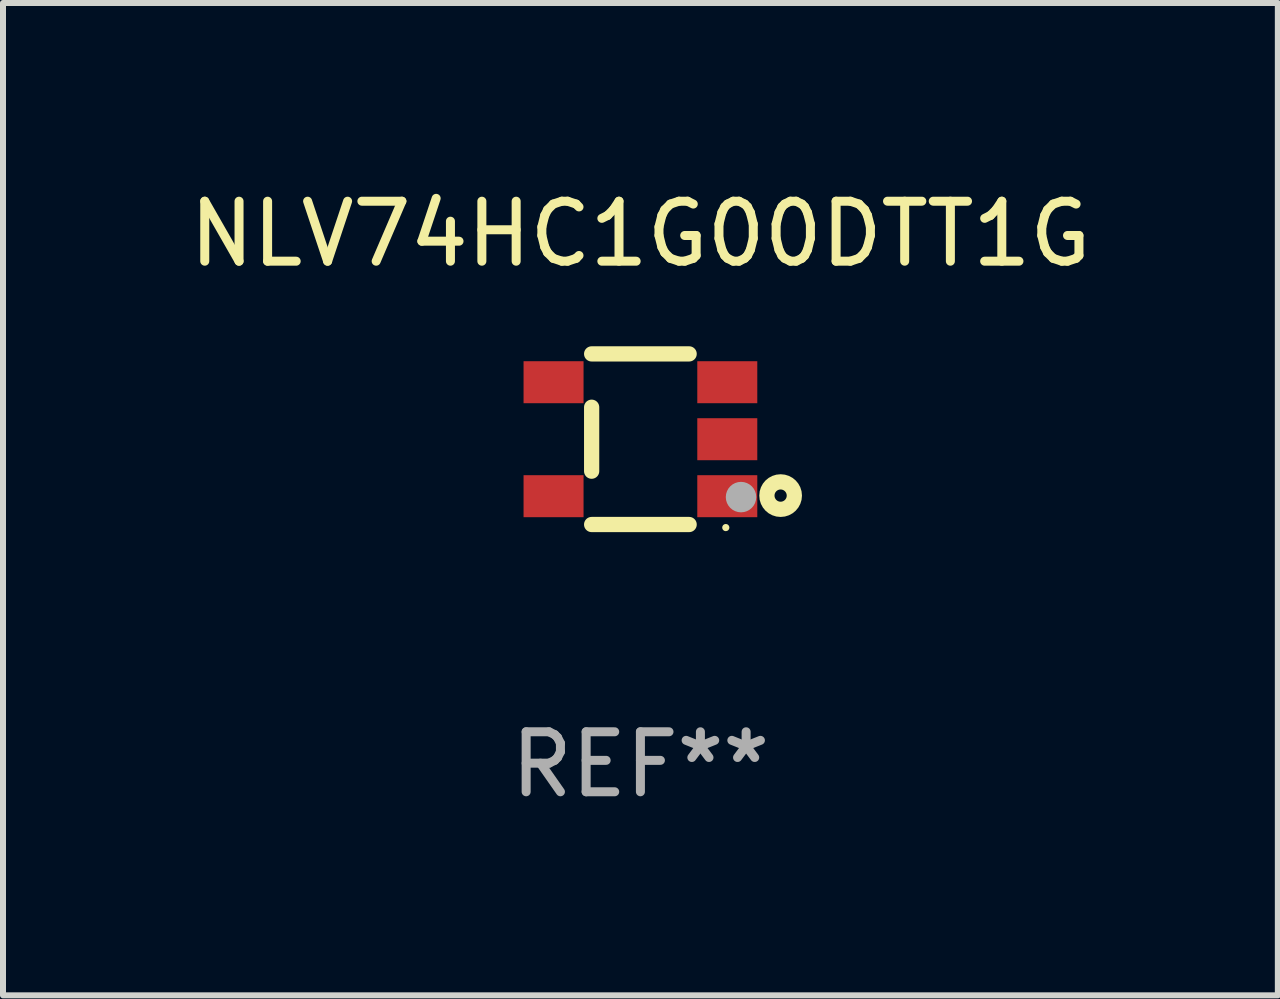
<source format=kicad_pcb>
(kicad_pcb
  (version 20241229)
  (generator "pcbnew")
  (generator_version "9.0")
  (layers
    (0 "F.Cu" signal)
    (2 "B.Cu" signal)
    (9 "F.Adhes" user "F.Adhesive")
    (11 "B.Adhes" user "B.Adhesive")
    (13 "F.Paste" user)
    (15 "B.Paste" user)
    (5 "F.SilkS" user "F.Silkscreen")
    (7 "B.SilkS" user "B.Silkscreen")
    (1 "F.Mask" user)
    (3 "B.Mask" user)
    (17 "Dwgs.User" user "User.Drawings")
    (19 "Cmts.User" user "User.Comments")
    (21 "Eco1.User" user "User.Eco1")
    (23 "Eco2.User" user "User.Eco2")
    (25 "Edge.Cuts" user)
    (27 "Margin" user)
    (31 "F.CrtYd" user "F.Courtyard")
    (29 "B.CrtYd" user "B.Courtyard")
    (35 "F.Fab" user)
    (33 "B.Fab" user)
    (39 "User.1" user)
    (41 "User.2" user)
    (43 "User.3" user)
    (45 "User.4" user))
  (footprint "NLV74HC1G00DTT1G"
    (layer "F.Cu")
    (at 7.625 4.271)
    (property "Reference" "NLV74HC1G00DTT1G" (at 0 -3.422 0) (layer "F.SilkS") (effects (font (size 1 1) (thickness 0.15))))
    (attr through_hole)
    (fp_line (start -0.813 -1.422) (end 0.812 -1.422) (stroke (width 0.254) (type solid)) (layer "F.SilkS"))
    (fp_line (start -0.813 0.533) (end -0.813 -0.533) (stroke (width 0.254) (type solid)) (layer "F.SilkS"))
    (fp_line (start 0.812 1.422) (end -0.813 1.422) (stroke (width 0.254) (type solid)) (layer "F.SilkS"))
    (fp_circle (center 1.423 1.473) (end 1.453 1.473) (stroke (width 0.06) (type solid)) (fill no) (layer "F.SilkS"))
    (fp_circle (center 2.337 0.94) (end 2.439 0.94) (stroke (width 0.254) (type solid)) (fill no) (layer "F.SilkS"))
    (fp_circle (center 1.677 0.965) (end 1.804 0.965) (stroke (width 0.254) (type solid)) (fill no) (layer "F.Fab"))
    (fp_text user "REF**" (at 0 5.422 0) (layer "F.Fab") (effects (font (size 1 1) (thickness 0.15))))
    (pad "1" smd rect (at 1.448 0.95 90) (size 0.7 1) (layers "F.Cu" "F.Mask" "F.Paste"))
    (pad "2" smd rect (at 1.448 0.000127 90) (size 0.7 1) (layers "F.Cu" "F.Mask" "F.Paste"))
    (pad "3" smd rect (at 1.448 -0.95 90) (size 0.7 1) (layers "F.Cu" "F.Mask" "F.Paste"))
    (pad "4" smd rect (at -1.448 -0.95 90) (size 0.7 1) (layers "F.Cu" "F.Mask" "F.Paste"))
    (pad "5" smd rect (at -1.448 0.95 90) (size 0.7 1) (layers "F.Cu" "F.Mask" "F.Paste")))
  (gr_rect
    (start -3 -3)
    (end 18.25 13.541)
    (stroke (width 0.1) (type default))
    (fill no)
    (layer "Edge.Cuts")))
</source>
